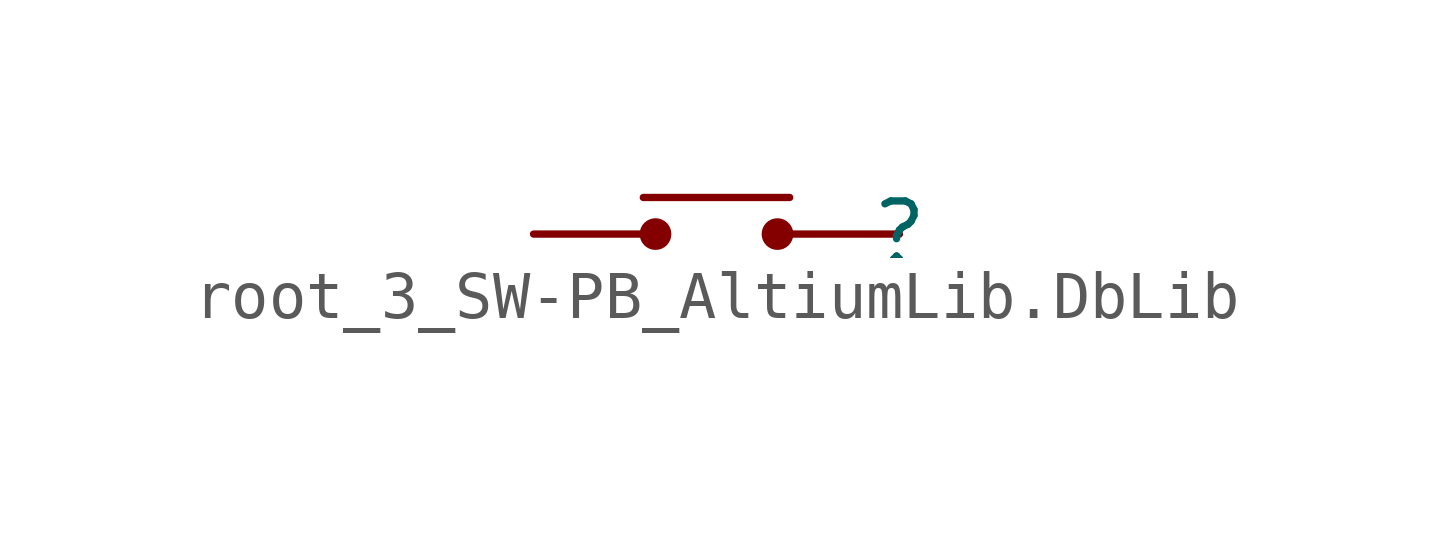
<source format=kicad_sym>
(kicad_symbol_lib
  (version 20241209)
  (generator "kicad_symbol_editor")
  (generator_version "9.0")
  (symbol "root_3_SW-PB_AltiumLib.DbLib"
    (pin_numbers
      (hide yes))
    (pin_names
      (hide yes))
    (property "Reference" ""
      (at 0 0 0)
      (effects (font (size 1.27 1.27))))
    (property "Value" ""
      (at 0 0 0)
      (effects (font (size 1.27 1.27))))
    (symbol "root_3_SW-PB_AltiumLib.DbLib_1_0"
      (circle (center -5.08 0) (radius 0.254) (stroke (width 0) (type solid)) (fill (type outline)))
      (circle (center -2.54 0) (radius 0.254) (stroke (width 0) (type solid)) (fill (type outline)))
      (polyline (pts (xy -2.286 0.762) (xy -5.334 0.762)) (stroke (width 0) (type solid)) (fill (type none)))
      (pin passive line (at -7.62 0 0) (length 2.286) (name "COM" (effects (font (size 1.27 1.27)))) (number "2" (effects (font (size 1.27 1.27)))))
      (pin passive line (at 0 0 180) (length 2.286) (name "N.O" (effects (font (size 1.27 1.27)))) (number "1" (effects (font (size 1.27 1.27))))))))
</source>
